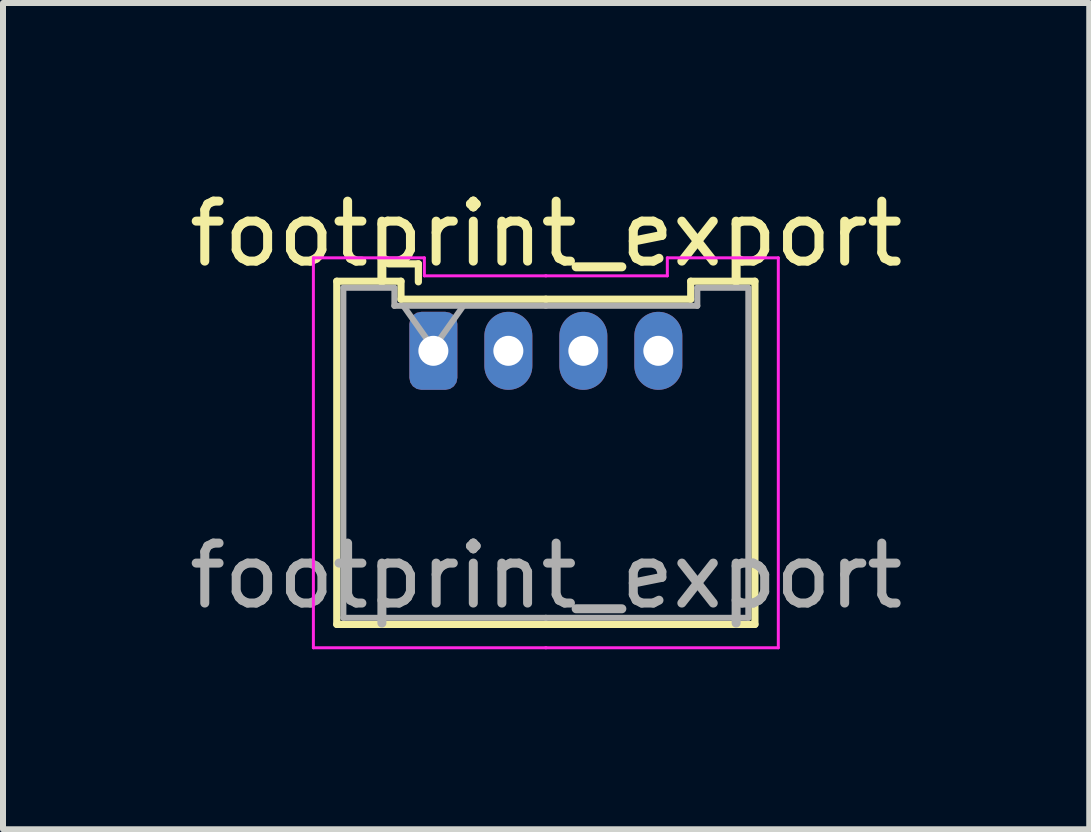
<source format=kicad_pcb>
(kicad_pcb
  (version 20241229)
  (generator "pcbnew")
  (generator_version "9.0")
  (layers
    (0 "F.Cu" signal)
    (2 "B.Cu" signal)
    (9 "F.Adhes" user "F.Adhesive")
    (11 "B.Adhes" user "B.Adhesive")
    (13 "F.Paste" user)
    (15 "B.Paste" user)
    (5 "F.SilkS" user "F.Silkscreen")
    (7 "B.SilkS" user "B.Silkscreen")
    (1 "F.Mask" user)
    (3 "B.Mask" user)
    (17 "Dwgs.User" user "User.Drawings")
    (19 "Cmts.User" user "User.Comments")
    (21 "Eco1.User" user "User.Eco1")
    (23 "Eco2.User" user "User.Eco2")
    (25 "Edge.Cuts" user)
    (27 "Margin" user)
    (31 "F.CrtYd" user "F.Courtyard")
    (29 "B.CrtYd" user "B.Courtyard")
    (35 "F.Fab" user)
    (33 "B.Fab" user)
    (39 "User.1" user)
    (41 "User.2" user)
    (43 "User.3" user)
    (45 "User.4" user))
  (footprint "footprint_export"
    (layer "F.Cu")
    (at 4.174 2.798)
    (property "Reference" "footprint_export" (at 1.88 -1.95 0) (layer "F.SilkS") (effects (font (size 1 1) (thickness 0.15))))
    (attr through_hole)
    (fp_line (start -1.61 -1.16) (end -1.61 4.56) (stroke (width 0.12) (type solid)) (layer "F.SilkS"))
    (fp_line (start -1.61 4.56) (end 1.875 4.56) (stroke (width 0.12) (type solid)) (layer "F.SilkS"))
    (fp_line (start -0.54 -1.16) (end -1.61 -1.16) (stroke (width 0.12) (type solid)) (layer "F.SilkS"))
    (fp_line (start -0.54 -0.86) (end -0.54 -1.16) (stroke (width 0.12) (type solid)) (layer "F.SilkS"))
    (fp_line (start -0.25 -1.45) (end -0.75 -1.45) (stroke (width 0.12) (type solid)) (layer "F.SilkS"))
    (fp_line (start -0.25 -1.15) (end -0.25 -1.45) (stroke (width 0.12) (type solid)) (layer "F.SilkS"))
    (fp_line (start 1.875 -0.86) (end -0.54 -0.86) (stroke (width 0.12) (type solid)) (layer "F.SilkS"))
    (fp_line (start 1.875 -0.86) (end 4.29 -0.86) (stroke (width 0.12) (type solid)) (layer "F.SilkS"))
    (fp_line (start 4.29 -1.16) (end 5.36 -1.16) (stroke (width 0.12) (type solid)) (layer "F.SilkS"))
    (fp_line (start 4.29 -0.86) (end 4.29 -1.16) (stroke (width 0.12) (type solid)) (layer "F.SilkS"))
    (fp_line (start 5.36 -1.16) (end 5.36 4.56) (stroke (width 0.12) (type solid)) (layer "F.SilkS"))
    (fp_line (start 5.36 4.56) (end 1.875 4.56) (stroke (width 0.12) (type solid)) (layer "F.SilkS"))
    (fp_line (start -2 -1.55) (end -2 4.95) (stroke (width 0.05) (type solid)) (layer "F.CrtYd"))
    (fp_line (start -2 4.95) (end 1.88 4.95) (stroke (width 0.05) (type solid)) (layer "F.CrtYd"))
    (fp_line (start -0.15 -1.55) (end -2 -1.55) (stroke (width 0.05) (type solid)) (layer "F.CrtYd"))
    (fp_line (start -0.15 -1.25) (end -0.15 -1.55) (stroke (width 0.05) (type solid)) (layer "F.CrtYd"))
    (fp_line (start 1.87 -1.25) (end 3.9 -1.25) (stroke (width 0.05) (type solid)) (layer "F.CrtYd"))
    (fp_line (start 1.88 -1.25) (end -0.15 -1.25) (stroke (width 0.05) (type solid)) (layer "F.CrtYd"))
    (fp_line (start 3.9 -1.55) (end 5.75 -1.55) (stroke (width 0.05) (type solid)) (layer "F.CrtYd"))
    (fp_line (start 3.9 -1.25) (end 3.9 -1.55) (stroke (width 0.05) (type solid)) (layer "F.CrtYd"))
    (fp_line (start 5.75 -1.55) (end 5.75 4.95) (stroke (width 0.05) (type solid)) (layer "F.CrtYd"))
    (fp_line (start 5.75 4.95) (end 1.87 4.95) (stroke (width 0.05) (type solid)) (layer "F.CrtYd"))
    (fp_line (start -1.5 -1.05) (end -1.5 4.45) (stroke (width 0.1) (type solid)) (layer "F.Fab"))
    (fp_line (start -1.5 4.45) (end 1.875 4.45) (stroke (width 0.1) (type solid)) (layer "F.Fab"))
    (fp_line (start -0.65 -1.05) (end -1.5 -1.05) (stroke (width 0.1) (type solid)) (layer "F.Fab"))
    (fp_line (start -0.65 -0.75) (end -0.65 -1.05) (stroke (width 0.1) (type solid)) (layer "F.Fab"))
    (fp_line (start -0.5 -0.75) (end 0 -0.043) (stroke (width 0.1) (type solid)) (layer "F.Fab"))
    (fp_line (start 0 -0.043) (end 0.5 -0.75) (stroke (width 0.1) (type solid)) (layer "F.Fab"))
    (fp_line (start 1.875 -0.75) (end -0.65 -0.75) (stroke (width 0.1) (type solid)) (layer "F.Fab"))
    (fp_line (start 1.875 -0.75) (end 4.4 -0.75) (stroke (width 0.1) (type solid)) (layer "F.Fab"))
    (fp_line (start 4.4 -1.05) (end 5.25 -1.05) (stroke (width 0.1) (type solid)) (layer "F.Fab"))
    (fp_line (start 4.4 -0.75) (end 4.4 -1.05) (stroke (width 0.1) (type solid)) (layer "F.Fab"))
    (fp_line (start 5.25 -1.05) (end 5.25 4.45) (stroke (width 0.1) (type solid)) (layer "F.Fab"))
    (fp_line (start 5.25 4.45) (end 1.875 4.45) (stroke (width 0.1) (type solid)) (layer "F.Fab"))
    (fp_text user "${REFERENCE}" (at 1.88 3.75 0) (layer "F.Fab") (effects (font (size 1 1) (thickness 0.15))))
    (pad "1" thru_hole roundrect (at 0 0) (size 0.8 1.3) (drill 0.5) (layers "*.Cu" "*.Mask") (roundrect_rratio 0.25))
    (pad "2" thru_hole oval (at 1.25 0) (size 0.8 1.3) (drill 0.5) (layers "*.Cu" "*.Mask"))
    (pad "3" thru_hole oval (at 2.5 0) (size 0.8 1.3) (drill 0.5) (layers "*.Cu" "*.Mask"))
    (pad "4" thru_hole oval (at 3.75 0) (size 0.8 1.3) (drill 0.5) (layers "*.Cu" "*.Mask")))
  (gr_rect
    (start -3 -3)
    (end 15.107 10.773)
    (stroke (width 0.1) (type default))
    (fill no)
    (layer "Edge.Cuts")))
</source>
